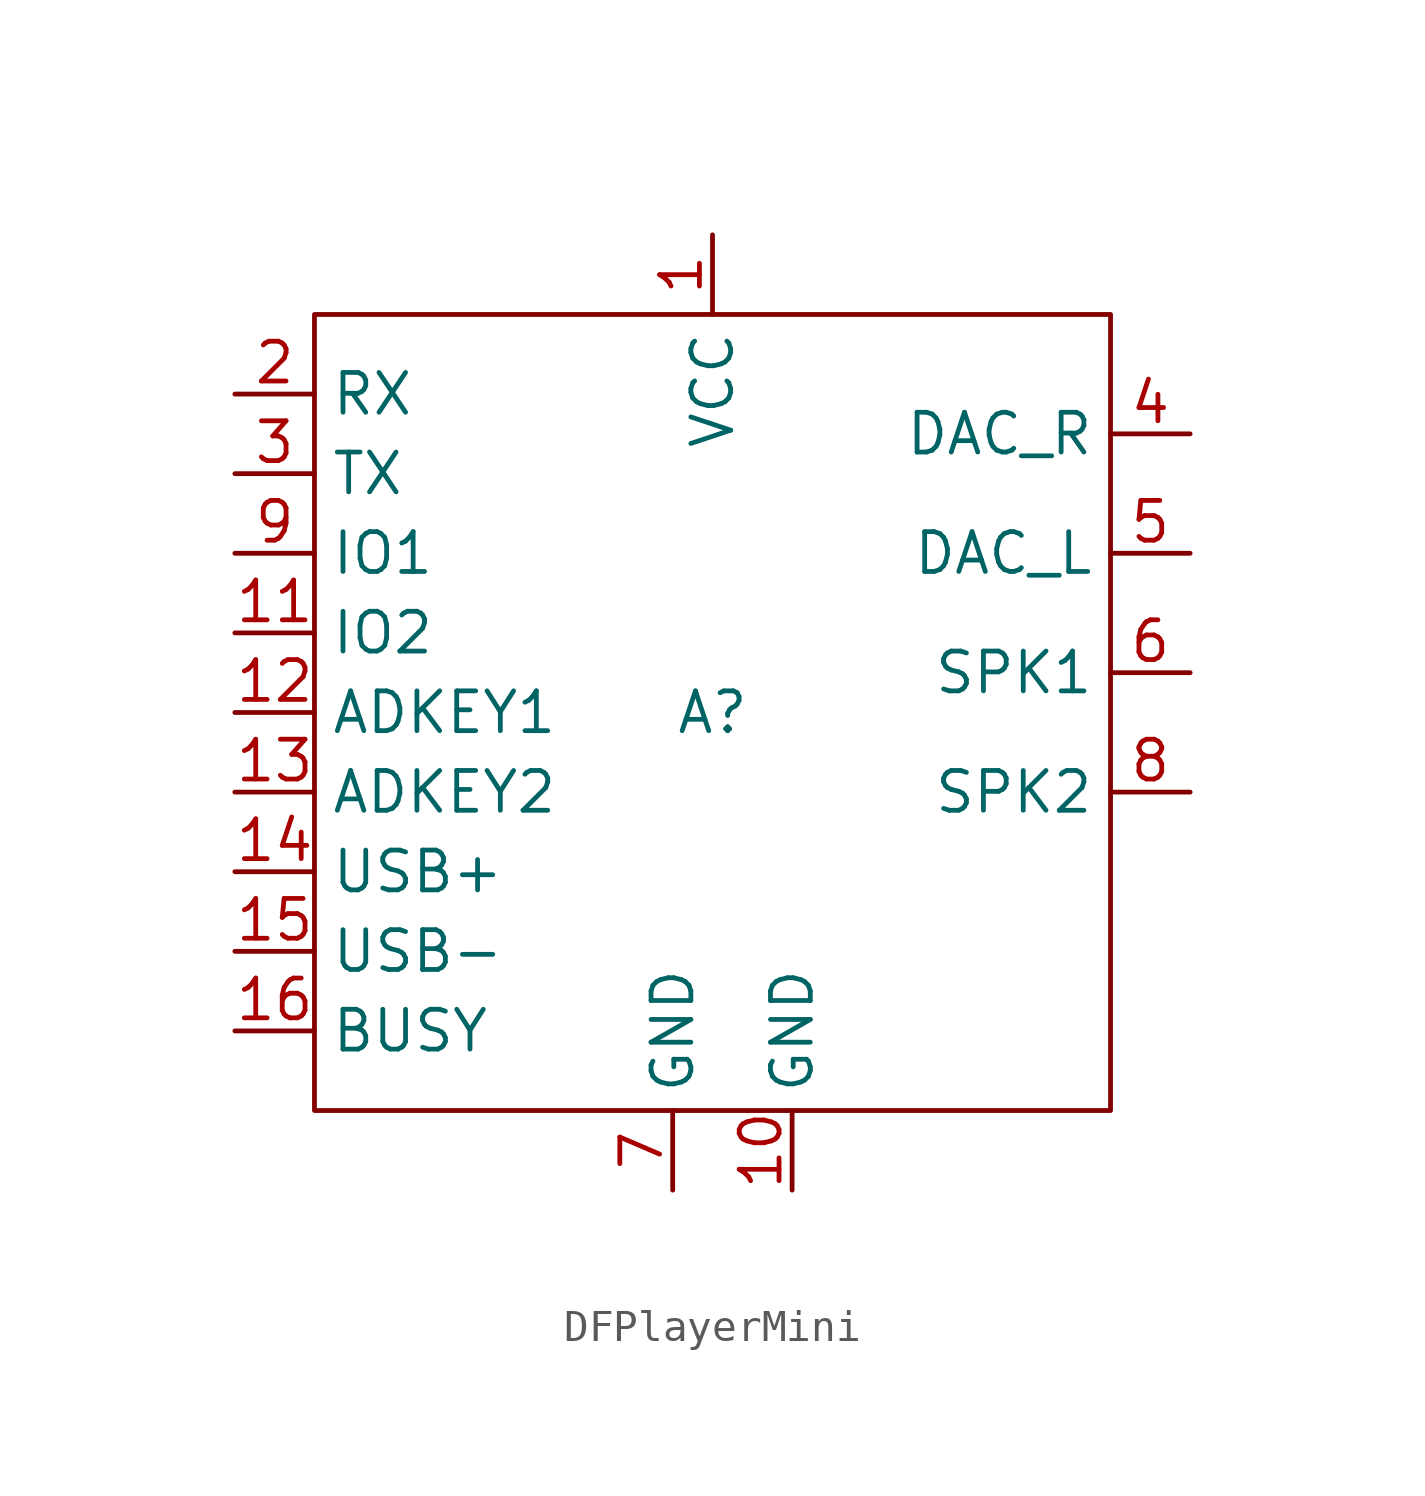
<source format=kicad_sym>
(kicad_symbol_lib
  (version 20231120)
  (generator "kicad_symbol_editor")
  (generator_version "8.0")
  (symbol "DFPlayerMini"
    (property "Reference" "A"
      (at 0 0 0)
      (effects (font (size 1.27 1.27))))
    (property "Value" ""
      (at 0 0 0)
      (effects (font (size 1.27 1.27))))
    (symbol "DFPlayerMini_0_1"
      (rectangle (start -12.7 12.7) (end 12.7 -12.7) (stroke (width 0) (type default)) (fill (type none))))
    (symbol "DFPlayerMini_1_1"
      (pin power_in line (at 0 15.24 270) (length 2.54) (name "VCC" (effects (font (size 1.27 1.27)))) (number "1" (effects (font (size 1.27 1.27)))))
      (pin power_in line (at 2.54 -15.24 90) (length 2.54) (name "GND" (effects (font (size 1.27 1.27)))) (number "10" (effects (font (size 1.27 1.27)))))
      (pin bidirectional line (at -15.24 2.54 0) (length 2.54) (name "IO2" (effects (font (size 1.27 1.27)))) (number "11" (effects (font (size 1.27 1.27)))))
      (pin input line (at -15.24 0 0) (length 2.54) (name "ADKEY1" (effects (font (size 1.27 1.27)))) (number "12" (effects (font (size 1.27 1.27)))))
      (pin input line (at -15.24 -2.54 0) (length 2.54) (name "ADKEY2" (effects (font (size 1.27 1.27)))) (number "13" (effects (font (size 1.27 1.27)))))
      (pin bidirectional line (at -15.24 -5.08 0) (length 2.54) (name "USB+" (effects (font (size 1.27 1.27)))) (number "14" (effects (font (size 1.27 1.27)))))
      (pin bidirectional line (at -15.24 -7.62 0) (length 2.54) (name "USB-" (effects (font (size 1.27 1.27)))) (number "15" (effects (font (size 1.27 1.27)))))
      (pin output line (at -15.24 -10.16 0) (length 2.54) (name "BUSY" (effects (font (size 1.27 1.27)))) (number "16" (effects (font (size 1.27 1.27)))))
      (pin input line (at -15.24 10.16 0) (length 2.54) (name "RX" (effects (font (size 1.27 1.27)))) (number "2" (effects (font (size 1.27 1.27)))))
      (pin output line (at -15.24 7.62 0) (length 2.54) (name "TX" (effects (font (size 1.27 1.27)))) (number "3" (effects (font (size 1.27 1.27)))))
      (pin output line (at 15.24 8.89 180) (length 2.54) (name "DAC_R" (effects (font (size 1.27 1.27)))) (number "4" (effects (font (size 1.27 1.27)))))
      (pin output line (at 15.24 5.08 180) (length 2.54) (name "DAC_L" (effects (font (size 1.27 1.27)))) (number "5" (effects (font (size 1.27 1.27)))))
      (pin output line (at 15.24 1.27 180) (length 2.54) (name "SPK1" (effects (font (size 1.27 1.27)))) (number "6" (effects (font (size 1.27 1.27)))))
      (pin power_in line (at -1.27 -15.24 90) (length 2.54) (name "GND" (effects (font (size 1.27 1.27)))) (number "7" (effects (font (size 1.27 1.27)))))
      (pin output line (at 15.24 -2.54 180) (length 2.54) (name "SPK2" (effects (font (size 1.27 1.27)))) (number "8" (effects (font (size 1.27 1.27)))))
      (pin bidirectional line (at -15.24 5.08 0) (length 2.54) (name "IO1" (effects (font (size 1.27 1.27)))) (number "9" (effects (font (size 1.27 1.27))))))))
</source>
